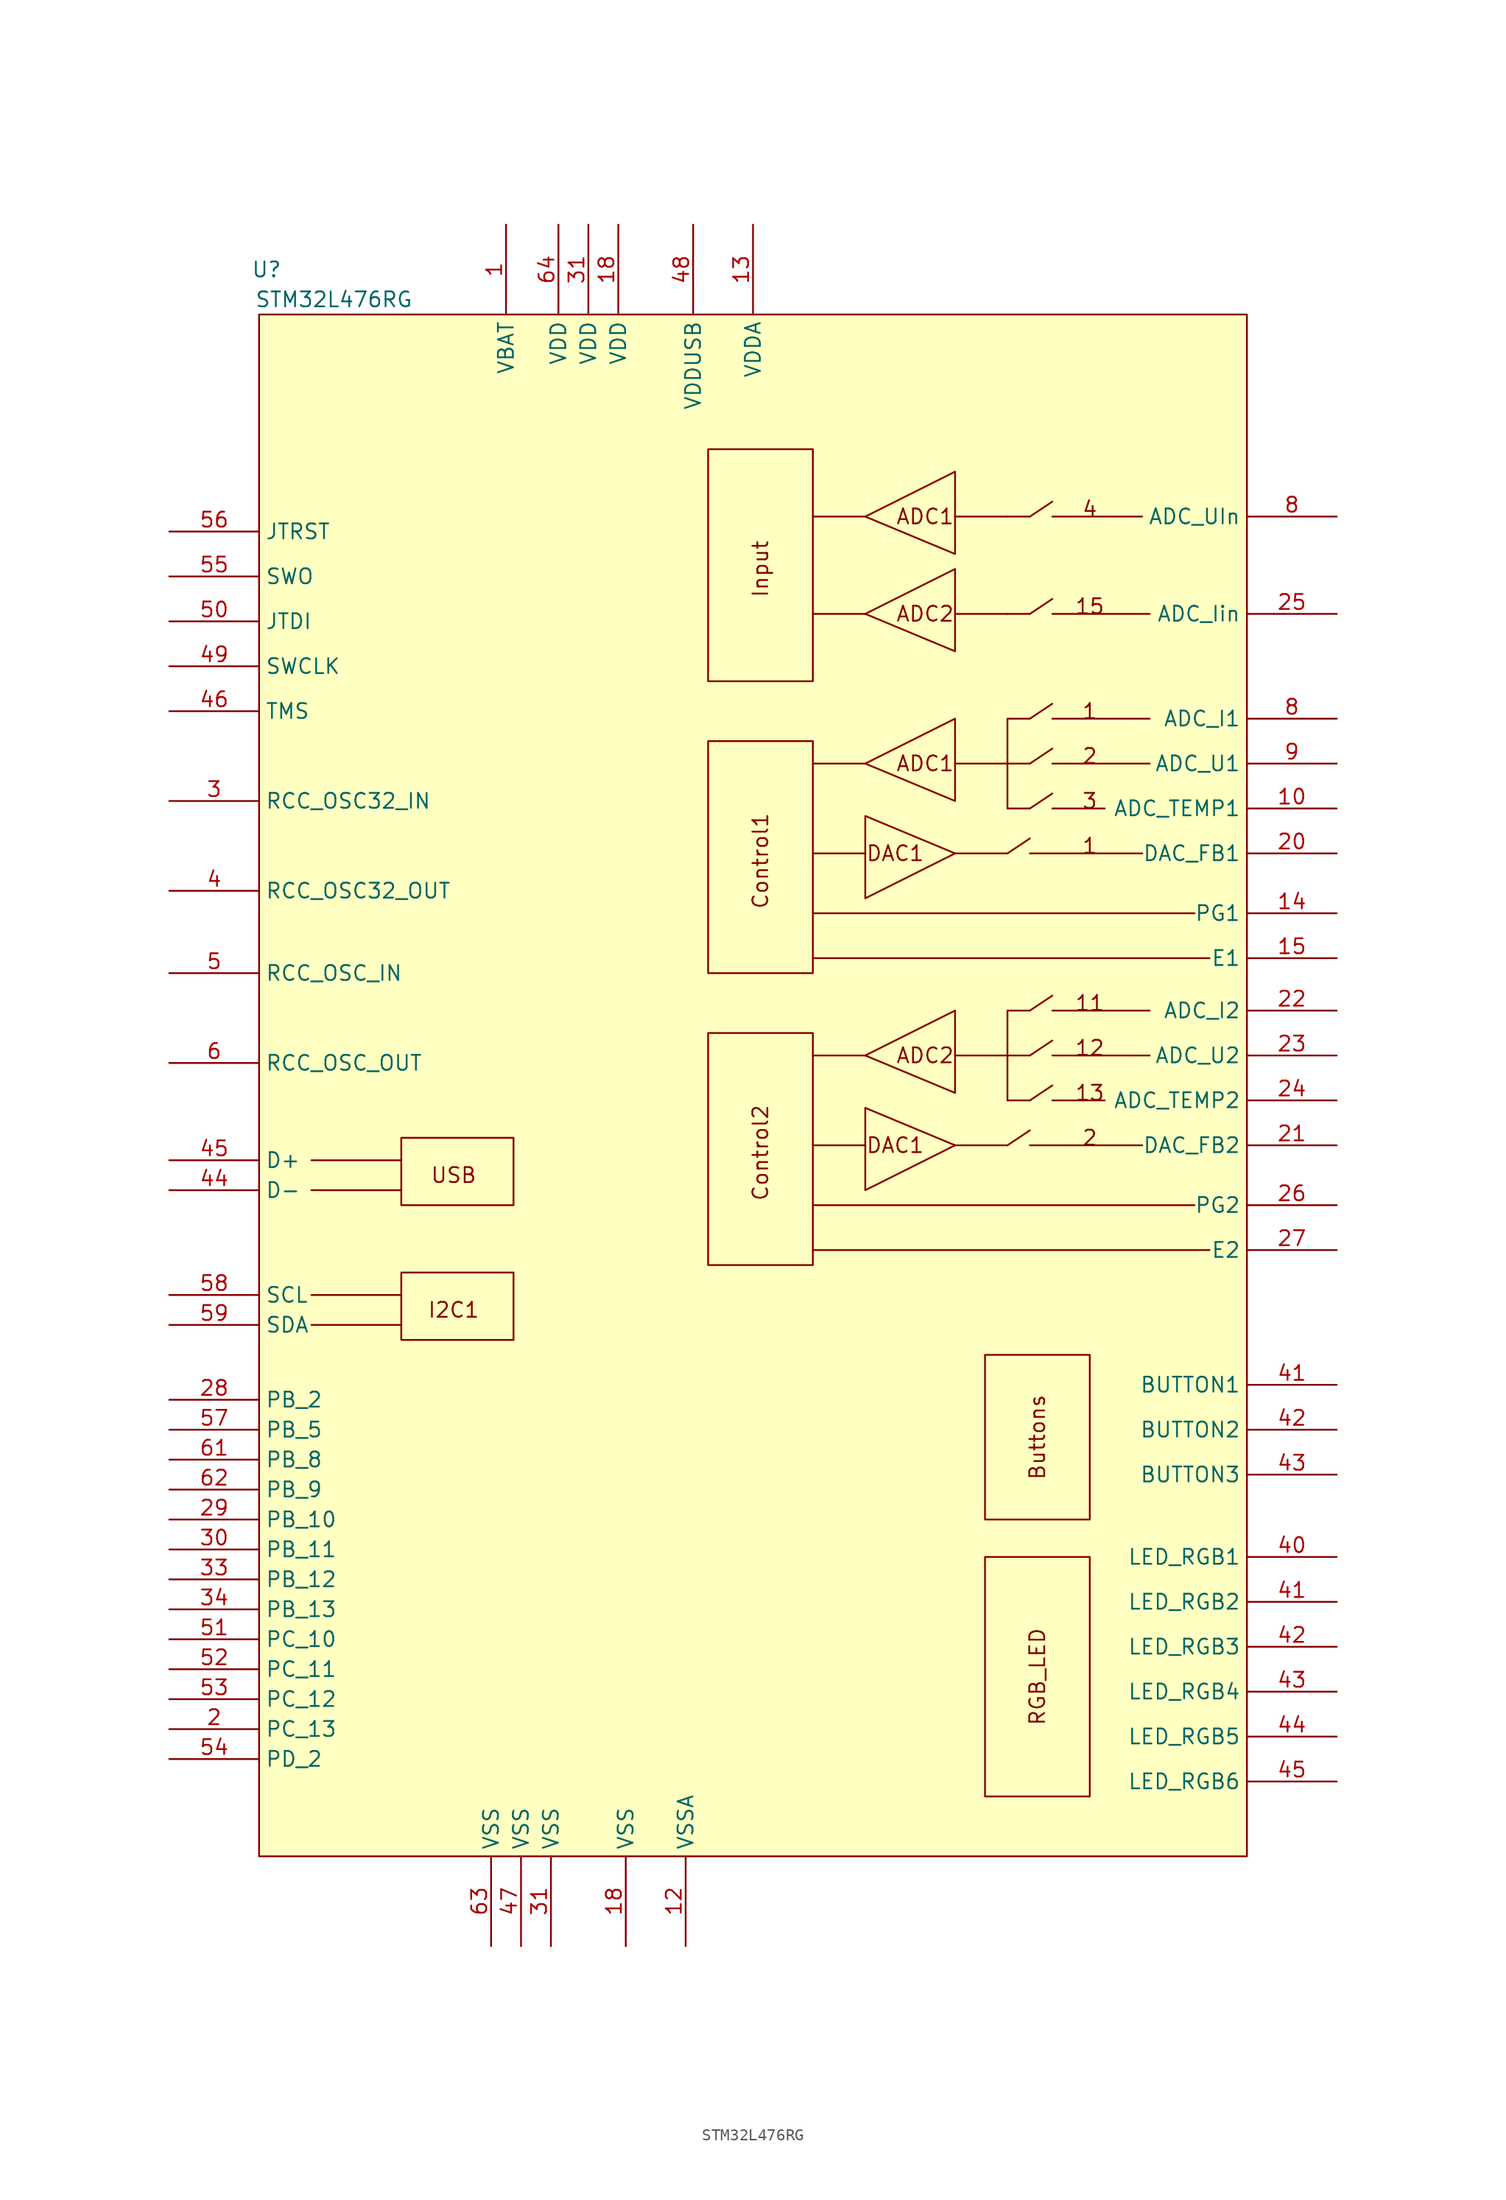
<source format=kicad_sym>
(kicad_symbol_lib
  (version 20211014)
  (generator kicad_symbol_editor)
  (symbol "STM32L476RG"
    (property "Reference" "U"
      (at -57.15 88.265 0)
      (effects (font (size 1.27 1.27))))
    (property "Value" "STM32L476RG"
      (at -51.435 85.725 0)
      (effects (font (size 1.27 1.27))))
    (symbol "STM32L476RG_0_0"
      (rectangle (start -45.72 3.175) (end -36.195 -2.54) (stroke (width 0) (type default) (color 0 0 0 0)) (fill (type none)))
      (rectangle (start -45.72 14.605) (end -36.195 8.89) (stroke (width 0) (type default) (color 0 0 0 0)) (fill (type none)))
      (rectangle (start -10.795 23.495) (end -19.685 3.81) (stroke (width 0) (type default) (color 0 0 0 0)) (fill (type none)))
      (rectangle (start -10.795 48.26) (end -19.685 28.575) (stroke (width 0) (type default) (color 0 0 0 0)) (fill (type none)))
      (rectangle (start -10.795 73.025) (end -19.685 53.34) (stroke (width 0) (type default) (color 0 0 0 0)) (fill (type none)))
      (polyline (pts (xy -53.34 -1.27) (xy -45.72 -1.27)) (stroke (width 0) (type default) (color 0 0 0 0)) (fill (type none)))
      (polyline (pts (xy -53.34 1.27) (xy -45.72 1.27)) (stroke (width 0) (type default) (color 0 0 0 0)) (fill (type none)))
      (polyline (pts (xy -53.34 10.16) (xy -45.72 10.16)) (stroke (width 0) (type default) (color 0 0 0 0)) (fill (type none)))
      (polyline (pts (xy -53.34 12.7) (xy -45.72 12.7)) (stroke (width 0) (type default) (color 0 0 0 0)) (fill (type none)))
      (polyline (pts (xy -6.35 13.97) (xy -10.795 13.97)) (stroke (width 0) (type default) (color 0 0 0 0)) (fill (type none)))
      (polyline (pts (xy -6.35 21.59) (xy -10.795 21.59)) (stroke (width 0) (type default) (color 0 0 0 0)) (fill (type none)))
      (polyline (pts (xy -6.35 38.735) (xy -10.795 38.735)) (stroke (width 0) (type default) (color 0 0 0 0)) (fill (type none)))
      (polyline (pts (xy -6.35 46.355) (xy -10.795 46.355)) (stroke (width 0) (type default) (color 0 0 0 0)) (fill (type none)))
      (polyline (pts (xy -6.35 59.055) (xy -10.795 59.055)) (stroke (width 0) (type default) (color 0 0 0 0)) (fill (type none)))
      (polyline (pts (xy -6.35 67.31) (xy -10.795 67.31)) (stroke (width 0) (type default) (color 0 0 0 0)) (fill (type none)))
      (polyline (pts (xy 5.715 13.97) (xy 1.27 13.97)) (stroke (width 0) (type default) (color 0 0 0 0)) (fill (type none)))
      (polyline (pts (xy 5.715 38.735) (xy 1.27 38.735)) (stroke (width 0) (type default) (color 0 0 0 0)) (fill (type none)))
      (rectangle (start 3.81 -20.955) (end 12.7 -41.275) (stroke (width 0) (type default) (color 0 0 0 0)) (fill (type none)))
      (rectangle (start 3.81 -3.81) (end 12.7 -17.78) (stroke (width 0) (type default) (color 0 0 0 0)) (fill (type none)))
      (text "1" (at 12.7 39.37 0) (effects (font (size 1.27 1.27))))
      (text "1" (at 12.7 50.8 0) (effects (font (size 1.27 1.27))))
      (text "11" (at 12.7 26.035 0) (effects (font (size 1.27 1.27))))
      (text "12" (at 12.7 22.225 0) (effects (font (size 1.27 1.27))))
      (text "13" (at 12.7 18.415 0) (effects (font (size 1.27 1.27))))
      (text "15" (at 12.7 59.69 0) (effects (font (size 1.27 1.27))))
      (text "2" (at 12.7 14.605 0) (effects (font (size 1.27 1.27))))
      (text "2" (at 12.7 46.99 0) (effects (font (size 1.27 1.27))))
      (text "3" (at 12.7 43.18 0) (effects (font (size 1.27 1.27))))
      (text "4" (at 12.7 67.945 0) (effects (font (size 1.27 1.27))))
      (text "ADC1" (at -1.27 46.355 0) (effects (font (size 1.27 1.27))))
      (text "ADC1" (at -1.27 67.31 0) (effects (font (size 1.27 1.27))))
      (text "ADC2" (at -1.27 21.59 0) (effects (font (size 1.27 1.27))))
      (text "ADC2" (at -1.27 59.055 0) (effects (font (size 1.27 1.27))))
      (text "Buttons" (at 8.255 -10.795 900) (effects (font (size 1.27 1.27))))
      (text "Control1" (at -15.24 38.1 900) (effects (font (size 1.27 1.27))))
      (text "Control2" (at -15.24 13.335 900) (effects (font (size 1.27 1.27))))
      (text "DAC1" (at -3.81 13.97 0) (effects (font (size 1.27 1.27))))
      (text "DAC1" (at -3.81 38.735 0) (effects (font (size 1.27 1.27))))
      (text "I2C1" (at -41.275 0 0) (effects (font (size 1.27 1.27))))
      (text "Input" (at -15.24 62.865 900) (effects (font (size 1.27 1.27))))
      (text "RGB_LED" (at 8.255 -31.115 900) (effects (font (size 1.27 1.27))))
      (text "USB" (at -41.275 11.43 0) (effects (font (size 1.27 1.27)))))
    (symbol "STM32L476RG_0_1"
      (polyline (pts (xy 5.715 21.59) (xy 1.27 21.59)) (stroke (width 0) (type default) (color 0 0 0 0)) (fill (type none)))
      (polyline (pts (xy 5.715 46.355) (xy 1.27 46.355)) (stroke (width 0) (type default) (color 0 0 0 0)) (fill (type none)))
      (polyline (pts (xy 5.715 59.055) (xy 1.27 59.055)) (stroke (width 0) (type default) (color 0 0 0 0)) (fill (type none)))
      (polyline (pts (xy 5.715 67.31) (xy 1.27 67.31)) (stroke (width 0) (type default) (color 0 0 0 0)) (fill (type none)))
      (polyline (pts (xy 7.62 15.24) (xy 5.715 13.97)) (stroke (width 0) (type default) (color 0 0 0 0)) (fill (type none)))
      (polyline (pts (xy 7.62 40.005) (xy 5.715 38.735)) (stroke (width 0) (type default) (color 0 0 0 0)) (fill (type none)))
      (polyline (pts (xy 9.525 19.05) (xy 7.62 17.78)) (stroke (width 0) (type default) (color 0 0 0 0)) (fill (type none)))
      (polyline (pts (xy 9.525 22.86) (xy 7.62 21.59)) (stroke (width 0) (type default) (color 0 0 0 0)) (fill (type none)))
      (polyline (pts (xy 9.525 26.67) (xy 7.62 25.4)) (stroke (width 0) (type default) (color 0 0 0 0)) (fill (type none)))
      (polyline (pts (xy 9.525 43.815) (xy 7.62 42.545)) (stroke (width 0) (type default) (color 0 0 0 0)) (fill (type none)))
      (polyline (pts (xy 9.525 47.625) (xy 7.62 46.355)) (stroke (width 0) (type default) (color 0 0 0 0)) (fill (type none)))
      (polyline (pts (xy 9.525 51.435) (xy 7.62 50.165)) (stroke (width 0) (type default) (color 0 0 0 0)) (fill (type none)))
      (polyline (pts (xy 9.525 60.325) (xy 7.62 59.055)) (stroke (width 0) (type default) (color 0 0 0 0)) (fill (type none)))
      (polyline (pts (xy 9.525 68.58) (xy 7.62 67.31)) (stroke (width 0) (type default) (color 0 0 0 0)) (fill (type none)))
      (polyline (pts (xy 13.97 17.78) (xy 9.525 17.78)) (stroke (width 0) (type default) (color 0 0 0 0)) (fill (type none)))
      (polyline (pts (xy 13.97 42.545) (xy 9.525 42.545)) (stroke (width 0) (type default) (color 0 0 0 0)) (fill (type none)))
      (polyline (pts (xy 17.145 13.97) (xy 7.62 13.97)) (stroke (width 0) (type default) (color 0 0 0 0)) (fill (type none)))
      (polyline (pts (xy 17.145 38.735) (xy 7.62 38.735)) (stroke (width 0) (type default) (color 0 0 0 0)) (fill (type none)))
      (polyline (pts (xy 17.145 67.31) (xy 9.525 67.31)) (stroke (width 0) (type default) (color 0 0 0 0)) (fill (type none)))
      (polyline (pts (xy 17.78 21.59) (xy 9.525 21.59)) (stroke (width 0) (type default) (color 0 0 0 0)) (fill (type none)))
      (polyline (pts (xy 17.78 25.4) (xy 9.525 25.4)) (stroke (width 0) (type default) (color 0 0 0 0)) (fill (type none)))
      (polyline (pts (xy 17.78 46.355) (xy 9.525 46.355)) (stroke (width 0) (type default) (color 0 0 0 0)) (fill (type none)))
      (polyline (pts (xy 17.78 50.165) (xy 9.525 50.165)) (stroke (width 0) (type default) (color 0 0 0 0)) (fill (type none)))
      (polyline (pts (xy 17.78 59.055) (xy 9.525 59.055)) (stroke (width 0) (type default) (color 0 0 0 0)) (fill (type none)))
      (polyline (pts (xy 21.59 8.89) (xy -10.795 8.89)) (stroke (width 0) (type default) (color 0 0 0 0)) (fill (type none)))
      (polyline (pts (xy 21.59 33.655) (xy -10.795 33.655)) (stroke (width 0) (type default) (color 0 0 0 0)) (fill (type none)))
      (polyline (pts (xy 22.86 5.08) (xy -10.795 5.08)) (stroke (width 0) (type default) (color 0 0 0 0)) (fill (type none)))
      (polyline (pts (xy 22.86 29.845) (xy -10.795 29.845)) (stroke (width 0) (type default) (color 0 0 0 0)) (fill (type none)))
      (polyline (pts (xy -6.35 13.97) (xy -6.35 10.16) (xy 1.27 13.97)) (stroke (width 0) (type default) (color 0 0 0 0)) (fill (type none)))
      (polyline (pts (xy -6.35 13.97) (xy -6.35 17.145) (xy 1.27 13.97)) (stroke (width 0) (type default) (color 0 0 0 0)) (fill (type none)))
      (polyline (pts (xy -6.35 38.735) (xy -6.35 34.925) (xy 1.27 38.735)) (stroke (width 0) (type default) (color 0 0 0 0)) (fill (type none)))
      (polyline (pts (xy -6.35 38.735) (xy -6.35 41.91) (xy 1.27 38.735)) (stroke (width 0) (type default) (color 0 0 0 0)) (fill (type none)))
      (polyline (pts (xy 1.27 21.59) (xy 1.27 18.415) (xy -6.35 21.59)) (stroke (width 0) (type default) (color 0 0 0 0)) (fill (type none)))
      (polyline (pts (xy 1.27 21.59) (xy 1.27 25.4) (xy -6.35 21.59)) (stroke (width 0) (type default) (color 0 0 0 0)) (fill (type none)))
      (polyline (pts (xy 1.27 46.355) (xy 1.27 43.18) (xy -6.35 46.355)) (stroke (width 0) (type default) (color 0 0 0 0)) (fill (type none)))
      (polyline (pts (xy 1.27 46.355) (xy 1.27 50.165) (xy -6.35 46.355)) (stroke (width 0) (type default) (color 0 0 0 0)) (fill (type none)))
      (polyline (pts (xy 1.27 59.055) (xy 1.27 55.88) (xy -6.35 59.055)) (stroke (width 0) (type default) (color 0 0 0 0)) (fill (type none)))
      (polyline (pts (xy 1.27 59.055) (xy 1.27 62.865) (xy -6.35 59.055)) (stroke (width 0) (type default) (color 0 0 0 0)) (fill (type none)))
      (polyline (pts (xy 1.27 67.31) (xy 1.27 64.135) (xy -6.35 67.31)) (stroke (width 0) (type default) (color 0 0 0 0)) (fill (type none)))
      (polyline (pts (xy 1.27 67.31) (xy 1.27 71.12) (xy -6.35 67.31)) (stroke (width 0) (type default) (color 0 0 0 0)) (fill (type none)))
      (polyline (pts (xy 7.62 17.78) (xy 5.715 17.78) (xy 5.715 17.78)) (stroke (width 0) (type default) (color 0 0 0 0)) (fill (type none)))
      (polyline (pts (xy 7.62 21.59) (xy 5.715 21.59) (xy 5.715 17.78)) (stroke (width 0) (type default) (color 0 0 0 0)) (fill (type none)))
      (polyline (pts (xy 7.62 25.4) (xy 5.715 25.4) (xy 5.715 21.59)) (stroke (width 0) (type default) (color 0 0 0 0)) (fill (type none)))
      (polyline (pts (xy 7.62 42.545) (xy 5.715 42.545) (xy 5.715 42.545)) (stroke (width 0) (type default) (color 0 0 0 0)) (fill (type none)))
      (polyline (pts (xy 7.62 46.355) (xy 5.715 46.355) (xy 5.715 42.545)) (stroke (width 0) (type default) (color 0 0 0 0)) (fill (type none)))
      (polyline (pts (xy 7.62 50.165) (xy 5.715 50.165) (xy 5.715 46.355)) (stroke (width 0) (type default) (color 0 0 0 0)) (fill (type none)))
      (polyline (pts (xy 7.62 59.055) (xy 5.715 59.055) (xy 5.715 59.055)) (stroke (width 0) (type default) (color 0 0 0 0)) (fill (type none)))
      (polyline (pts (xy 7.62 67.31) (xy 5.715 67.31) (xy 5.715 67.31)) (stroke (width 0) (type default) (color 0 0 0 0)) (fill (type none))))
    (symbol "STM32L476RG_1_1"
      (rectangle (start -57.785 84.455) (end 26.035 -46.355) (stroke (width 0) (type default) (color 0 0 0 0)) (fill (type background)))
      (pin power_in line (at -36.83 92.075 270) (length 7.62) (name "VBAT" (effects (font (size 1.27 1.27)))) (number "1" (effects (font (size 1.27 1.27)))))
      (pin input line (at 33.655 42.545 180) (length 7.62) (name "ADC_TEMP1" (effects (font (size 1.27 1.27)))) (number "10" (effects (font (size 1.27 1.27)))))
      (pin power_in line (at -21.59 -53.975 90) (length 7.62) (name "VSSA" (effects (font (size 1.27 1.27)))) (number "12" (effects (font (size 1.27 1.27)))))
      (pin power_in line (at -15.875 92.075 270) (length 7.62) (name "VDDA" (effects (font (size 1.27 1.27)))) (number "13" (effects (font (size 1.27 1.27)))))
      (pin input line (at 33.655 33.655 180) (length 7.62) (name "PG1" (effects (font (size 1.27 1.27)))) (number "14" (effects (font (size 1.27 1.27)))))
      (pin output line (at 33.655 29.845 180) (length 7.62) (name "E1" (effects (font (size 1.27 1.27)))) (number "15" (effects (font (size 1.27 1.27)))))
      (pin power_in line (at -27.305 92.075 270) (length 7.62) (name "VDD" (effects (font (size 1.27 1.27)))) (number "18" (effects (font (size 1.27 1.27)))))
      (pin power_in line (at -26.67 -53.975 90) (length 7.62) (name "VSS" (effects (font (size 1.27 1.27)))) (number "18" (effects (font (size 1.27 1.27)))))
      (pin bidirectional line (at -65.405 -35.56 0) (length 7.62) (name "PC_13" (effects (font (size 1.27 1.27)))) (number "2" (effects (font (size 1.27 1.27)))))
      (pin output line (at 33.655 38.735 180) (length 7.62) (name "DAC_FB1" (effects (font (size 1.27 1.27)))) (number "20" (effects (font (size 1.27 1.27)))))
      (pin output line (at 33.655 13.97 180) (length 7.62) (name "DAC_FB2" (effects (font (size 1.27 1.27)))) (number "21" (effects (font (size 1.27 1.27)))))
      (pin input line (at 33.655 25.4 180) (length 7.62) (name "ADC_I2" (effects (font (size 1.27 1.27)))) (number "22" (effects (font (size 1.27 1.27)))))
      (pin input line (at 33.655 21.59 180) (length 7.62) (name "ADC_U2" (effects (font (size 1.27 1.27)))) (number "23" (effects (font (size 1.27 1.27)))))
      (pin input line (at 33.655 17.78 180) (length 7.62) (name "ADC_TEMP2" (effects (font (size 1.27 1.27)))) (number "24" (effects (font (size 1.27 1.27)))))
      (pin input line (at 33.655 59.055 180) (length 7.62) (name "ADC_Iin" (effects (font (size 1.27 1.27)))) (number "25" (effects (font (size 1.27 1.27)))))
      (pin input line (at 33.655 8.89 180) (length 7.62) (name "PG2" (effects (font (size 1.27 1.27)))) (number "26" (effects (font (size 1.27 1.27)))))
      (pin output line (at 33.655 5.08 180) (length 7.62) (name "E2" (effects (font (size 1.27 1.27)))) (number "27" (effects (font (size 1.27 1.27)))))
      (pin bidirectional line (at -65.405 -7.62 0) (length 7.62) (name "PB_2" (effects (font (size 1.27 1.27)))) (number "28" (effects (font (size 1.27 1.27)))))
      (pin bidirectional line (at -65.405 -17.78 0) (length 7.62) (name "PB_10" (effects (font (size 1.27 1.27)))) (number "29" (effects (font (size 1.27 1.27)))))
      (pin bidirectional line (at -65.405 43.18 0) (length 7.62) (name "RCC_OSC32_IN" (effects (font (size 1.27 1.27)))) (number "3" (effects (font (size 1.27 1.27)))))
      (pin bidirectional line (at -65.405 -20.32 0) (length 7.62) (name "PB_11" (effects (font (size 1.27 1.27)))) (number "30" (effects (font (size 1.27 1.27)))))
      (pin power_in line (at -29.845 92.075 270) (length 7.62) (name "VDD" (effects (font (size 1.27 1.27)))) (number "31" (effects (font (size 1.27 1.27)))))
      (pin power_in line (at -33.02 -53.975 90) (length 7.62) (name "VSS" (effects (font (size 1.27 1.27)))) (number "31" (effects (font (size 1.27 1.27)))))
      (pin bidirectional line (at -65.405 -22.86 0) (length 7.62) (name "PB_12" (effects (font (size 1.27 1.27)))) (number "33" (effects (font (size 1.27 1.27)))))
      (pin bidirectional line (at -65.405 -25.4 0) (length 7.62) (name "PB_13" (effects (font (size 1.27 1.27)))) (number "34" (effects (font (size 1.27 1.27)))))
      (pin bidirectional line (at -65.405 35.56 0) (length 7.62) (name "RCC_OSC32_OUT" (effects (font (size 1.27 1.27)))) (number "4" (effects (font (size 1.27 1.27)))))
      (pin output line (at 33.655 -20.955 180) (length 7.62) (name "LED_RGB1" (effects (font (size 1.27 1.27)))) (number "40" (effects (font (size 1.27 1.27)))))
      (pin input line (at 33.655 -6.35 180) (length 7.62) (name "BUTTON1" (effects (font (size 1.27 1.27)))) (number "41" (effects (font (size 1.27 1.27)))))
      (pin output line (at 33.655 -24.765 180) (length 7.62) (name "LED_RGB2" (effects (font (size 1.27 1.27)))) (number "41" (effects (font (size 1.27 1.27)))))
      (pin input line (at 33.655 -10.16 180) (length 7.62) (name "BUTTON2" (effects (font (size 1.27 1.27)))) (number "42" (effects (font (size 1.27 1.27)))))
      (pin output line (at 33.655 -28.575 180) (length 7.62) (name "LED_RGB3" (effects (font (size 1.27 1.27)))) (number "42" (effects (font (size 1.27 1.27)))))
      (pin input line (at 33.655 -13.97 180) (length 7.62) (name "BUTTON3" (effects (font (size 1.27 1.27)))) (number "43" (effects (font (size 1.27 1.27)))))
      (pin output line (at 33.655 -32.385 180) (length 7.62) (name "LED_RGB4" (effects (font (size 1.27 1.27)))) (number "43" (effects (font (size 1.27 1.27)))))
      (pin bidirectional line (at -65.405 10.16 0) (length 7.62) (name "D-" (effects (font (size 1.27 1.27)))) (number "44" (effects (font (size 1.27 1.27)))))
      (pin output line (at 33.655 -36.195 180) (length 7.62) (name "LED_RGB5" (effects (font (size 1.27 1.27)))) (number "44" (effects (font (size 1.27 1.27)))))
      (pin bidirectional line (at -65.405 12.7 0) (length 7.62) (name "D+" (effects (font (size 1.27 1.27)))) (number "45" (effects (font (size 1.27 1.27)))))
      (pin output line (at 33.655 -40.005 180) (length 7.62) (name "LED_RGB6" (effects (font (size 1.27 1.27)))) (number "45" (effects (font (size 1.27 1.27)))))
      (pin bidirectional line (at -65.405 50.8 0) (length 7.62) (name "TMS" (effects (font (size 1.27 1.27)))) (number "46" (effects (font (size 1.27 1.27)))))
      (pin power_in line (at -35.56 -53.975 90) (length 7.62) (name "VSS" (effects (font (size 1.27 1.27)))) (number "47" (effects (font (size 1.27 1.27)))))
      (pin power_in line (at -20.955 92.075 270) (length 7.62) (name "VDDUSB" (effects (font (size 1.27 1.27)))) (number "48" (effects (font (size 1.27 1.27)))))
      (pin bidirectional line (at -65.405 54.61 0) (length 7.62) (name "SWCLK" (effects (font (size 1.27 1.27)))) (number "49" (effects (font (size 1.27 1.27)))))
      (pin bidirectional line (at -65.405 28.575 0) (length 7.62) (name "RCC_OSC_IN" (effects (font (size 1.27 1.27)))) (number "5" (effects (font (size 1.27 1.27)))))
      (pin bidirectional line (at -65.405 58.42 0) (length 7.62) (name "JTDI" (effects (font (size 1.27 1.27)))) (number "50" (effects (font (size 1.27 1.27)))))
      (pin bidirectional line (at -65.405 -27.94 0) (length 7.62) (name "PC_10" (effects (font (size 1.27 1.27)))) (number "51" (effects (font (size 1.27 1.27)))))
      (pin bidirectional line (at -65.405 -30.48 0) (length 7.62) (name "PC_11" (effects (font (size 1.27 1.27)))) (number "52" (effects (font (size 1.27 1.27)))))
      (pin bidirectional line (at -65.405 -33.02 0) (length 7.62) (name "PC_12" (effects (font (size 1.27 1.27)))) (number "53" (effects (font (size 1.27 1.27)))))
      (pin bidirectional line (at -65.405 -38.1 0) (length 7.62) (name "PD_2" (effects (font (size 1.27 1.27)))) (number "54" (effects (font (size 1.27 1.27)))))
      (pin bidirectional line (at -65.405 62.23 0) (length 7.62) (name "SWO" (effects (font (size 1.27 1.27)))) (number "55" (effects (font (size 1.27 1.27)))))
      (pin bidirectional line (at -65.405 66.04 0) (length 7.62) (name "JTRST" (effects (font (size 1.27 1.27)))) (number "56" (effects (font (size 1.27 1.27)))))
      (pin bidirectional line (at -65.405 -10.16 0) (length 7.62) (name "PB_5" (effects (font (size 1.27 1.27)))) (number "57" (effects (font (size 1.27 1.27)))))
      (pin bidirectional line (at -65.405 1.27 0) (length 7.62) (name "SCL" (effects (font (size 1.27 1.27)))) (number "58" (effects (font (size 1.27 1.27)))))
      (pin bidirectional line (at -65.405 -1.27 0) (length 7.62) (name "SDA" (effects (font (size 1.27 1.27)))) (number "59" (effects (font (size 1.27 1.27)))))
      (pin bidirectional line (at -65.405 20.955 0) (length 7.62) (name "RCC_OSC_OUT" (effects (font (size 1.27 1.27)))) (number "6" (effects (font (size 1.27 1.27)))))
      (pin bidirectional line (at -65.405 -12.7 0) (length 7.62) (name "PB_8" (effects (font (size 1.27 1.27)))) (number "61" (effects (font (size 1.27 1.27)))))
      (pin bidirectional line (at -65.405 -15.24 0) (length 7.62) (name "PB_9" (effects (font (size 1.27 1.27)))) (number "62" (effects (font (size 1.27 1.27)))))
      (pin power_in line (at -38.1 -53.975 90) (length 7.62) (name "VSS" (effects (font (size 1.27 1.27)))) (number "63" (effects (font (size 1.27 1.27)))))
      (pin power_in line (at -32.385 92.075 270) (length 7.62) (name "VDD" (effects (font (size 1.27 1.27)))) (number "64" (effects (font (size 1.27 1.27)))))
      (pin input line (at 33.655 50.165 180) (length 7.62) (name "ADC_I1" (effects (font (size 1.27 1.27)))) (number "8" (effects (font (size 1.27 1.27)))))
      (pin input line (at 33.655 67.31 180) (length 7.62) (name "ADC_UIn" (effects (font (size 1.27 1.27)))) (number "8" (effects (font (size 1.27 1.27)))))
      (pin input line (at 33.655 46.355 180) (length 7.62) (name "ADC_U1" (effects (font (size 1.27 1.27)))) (number "9" (effects (font (size 1.27 1.27))))))))
</source>
